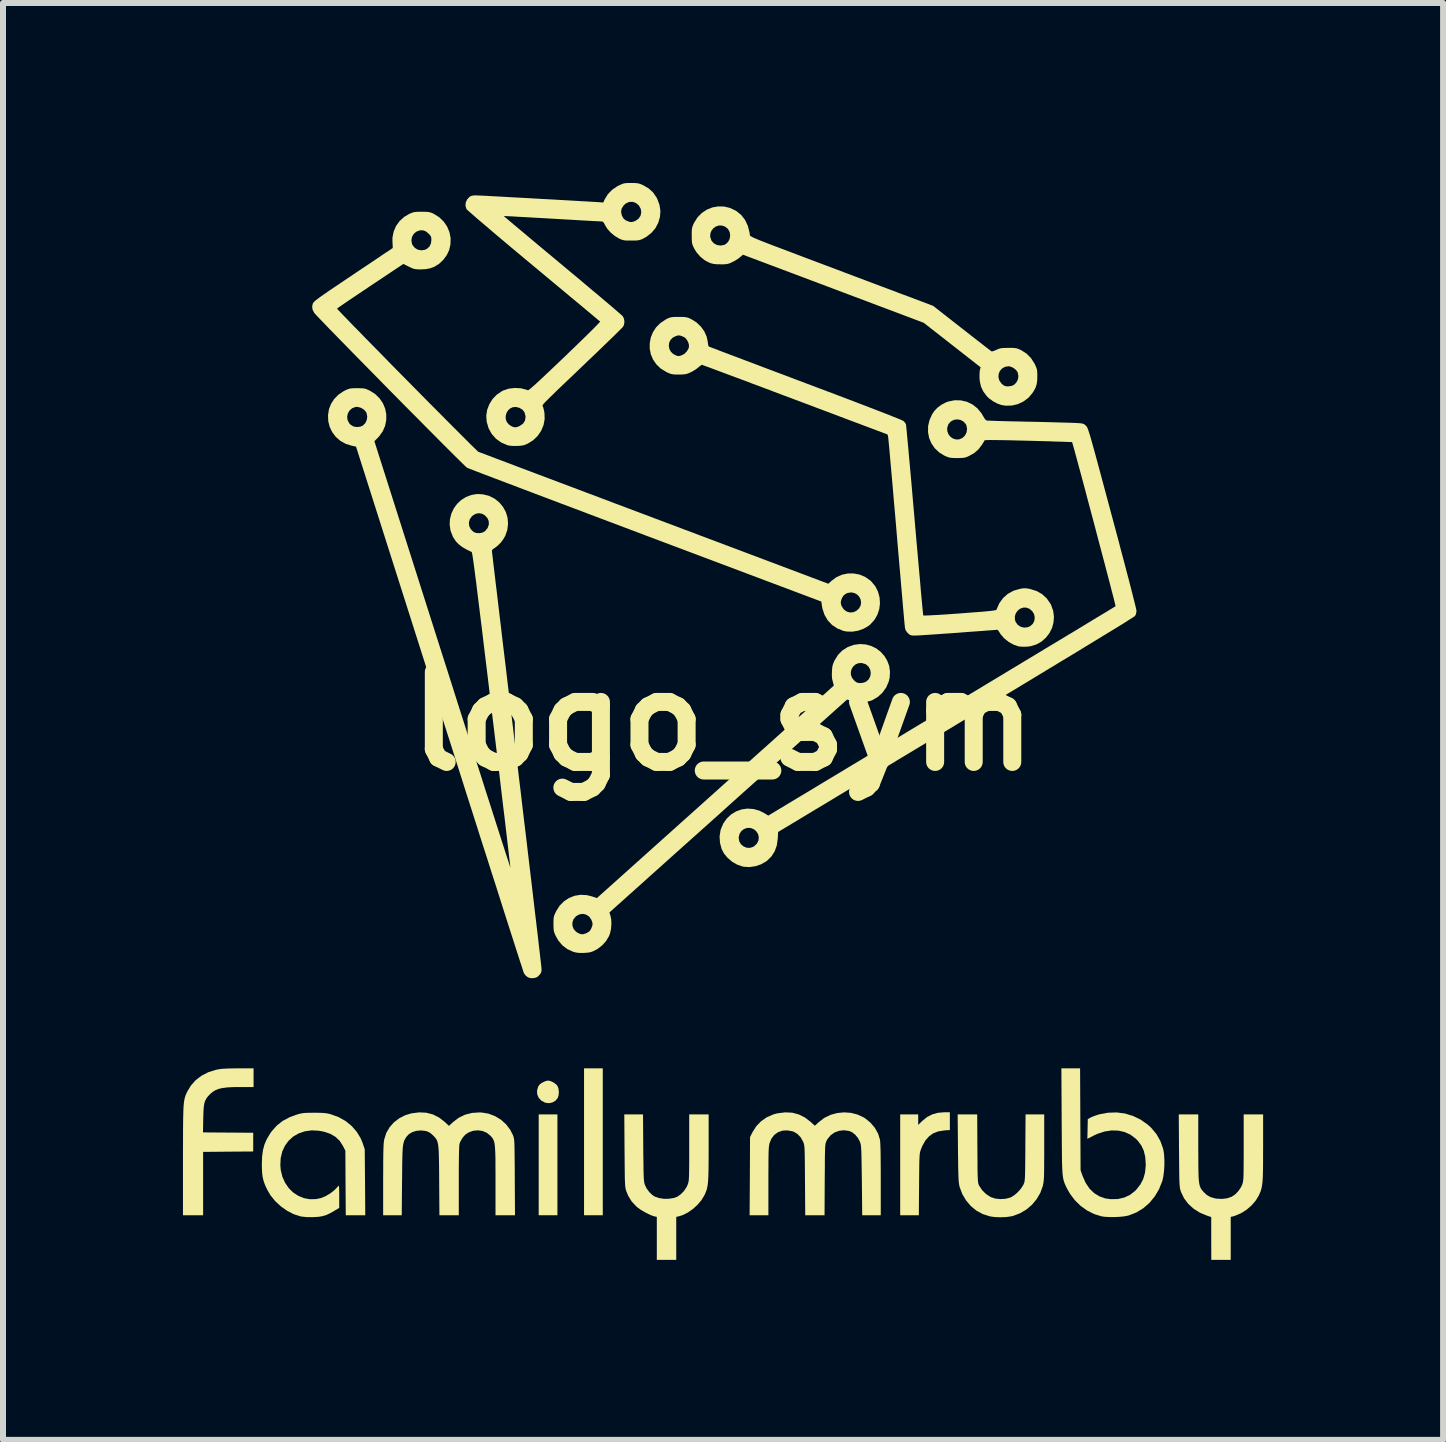
<source format=kicad_pcb>
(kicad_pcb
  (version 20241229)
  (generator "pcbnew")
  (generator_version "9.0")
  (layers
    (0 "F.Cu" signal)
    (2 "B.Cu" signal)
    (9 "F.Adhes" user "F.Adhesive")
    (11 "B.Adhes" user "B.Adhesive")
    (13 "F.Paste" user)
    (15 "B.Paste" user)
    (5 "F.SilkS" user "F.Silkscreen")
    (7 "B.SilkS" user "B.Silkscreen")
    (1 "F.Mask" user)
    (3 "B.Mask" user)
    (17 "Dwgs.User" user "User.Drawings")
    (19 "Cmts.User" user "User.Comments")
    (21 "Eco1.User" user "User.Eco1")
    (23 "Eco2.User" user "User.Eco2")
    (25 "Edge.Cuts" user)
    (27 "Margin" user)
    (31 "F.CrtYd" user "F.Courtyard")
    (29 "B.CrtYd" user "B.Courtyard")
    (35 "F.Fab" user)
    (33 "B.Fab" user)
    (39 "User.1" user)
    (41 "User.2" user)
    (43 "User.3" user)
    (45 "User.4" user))
  (footprint "logo_sym"
    (layer "F.Cu")
    (at 9.003 8.973)
    (property "Reference" "logo_sym" (at 0 0 0) (layer "F.SilkS") (effects (font (size 1.5 1.5) (thickness 0.3))))
    (attr board_only exclude_from_pos_files exclude_from_bom)
    (fp_poly (pts (xy -2.761 7.394) (xy -2.761 8.235) (xy -2.917 8.235) (xy -3.073 8.235) (xy -3.073 7.394) (xy -3.073 6.554) (xy -2.917 6.554) (xy -2.761 6.554)) (stroke (width 0) (type solid)) (fill yes) (layer "F.SilkS"))
    (fp_poly (pts (xy -2.005 7.01) (xy -2.005 8.235) (xy -2.161 8.235) (xy -2.317 8.235) (xy -2.317 7.01) (xy -2.317 5.786) (xy -2.161 5.786) (xy -2.005 5.786)) (stroke (width 0) (type solid)) (fill yes) (layer "F.SilkS"))
    (fp_poly (pts (xy -2.876 5.998) (xy -2.829 6.02) (xy -2.787 6.049) (xy -2.76 6.079) (xy -2.744 6.122) (xy -2.737 6.177) (xy -2.741 6.233) (xy -2.755 6.278) (xy -2.791 6.324) (xy -2.842 6.354) (xy -2.901 6.367) (xy -2.962 6.359) (xy -2.97 6.356) (xy -3.03 6.324) (xy -3.073 6.277) (xy -3.097 6.221) (xy -3.101 6.16) (xy -3.084 6.097) (xy -3.068 6.068) (xy -3.043 6.043) (xy -3.004 6.019) (xy -2.961 6) (xy -2.923 5.99) (xy -2.917 5.99)) (stroke (width 0) (type solid)) (fill yes) (layer "F.SilkS"))
    (fp_poly (pts (xy 3.781 6.666) (xy 3.781 6.815) (xy 3.687 6.821) (xy 3.588 6.837) (xy 3.504 6.869) (xy 3.433 6.92) (xy 3.372 6.99) (xy 3.321 7.082) (xy 3.299 7.137) (xy 3.292 7.155) (xy 3.287 7.173) (xy 3.282 7.194) (xy 3.279 7.219) (xy 3.276 7.252) (xy 3.274 7.294) (xy 3.272 7.348) (xy 3.271 7.417) (xy 3.27 7.503) (xy 3.269 7.609) (xy 3.268 7.721) (xy 3.264 8.235) (xy 3.108 8.235) (xy 2.953 8.235) (xy 2.953 7.394) (xy 2.953 6.554) (xy 3.103 6.554) (xy 3.253 6.554) (xy 3.253 6.642) (xy 3.253 6.729) (xy 3.322 6.662) (xy 3.401 6.598) (xy 3.486 6.554) (xy 3.582 6.527) (xy 3.693 6.518) (xy 3.704 6.518) (xy 3.781 6.518)) (stroke (width 0) (type solid)) (fill yes) (layer "F.SilkS"))
    (fp_poly (pts (xy -7.826 5.942) (xy -7.826 6.098) (xy -8.054 6.098) (xy -8.169 6.099) (xy -8.265 6.104) (xy -8.342 6.114) (xy -8.406 6.128) (xy -8.459 6.149) (xy -8.505 6.177) (xy -8.547 6.212) (xy -8.561 6.226) (xy -8.593 6.261) (xy -8.617 6.295) (xy -8.635 6.332) (xy -8.648 6.376) (xy -8.656 6.431) (xy -8.661 6.501) (xy -8.664 6.589) (xy -8.665 6.623) (xy -8.669 6.854) (xy -8.251 6.857) (xy -7.832 6.86) (xy -7.832 7.016) (xy -7.832 7.172) (xy -8.25 7.175) (xy -8.667 7.179) (xy -8.667 7.707) (xy -8.667 8.235) (xy -8.835 8.235) (xy -9.003 8.235) (xy -9.003 7.325) (xy -9.003 7.147) (xy -9.002 6.991) (xy -9.002 6.856) (xy -9.001 6.739) (xy -9 6.639) (xy -8.998 6.555) (xy -8.996 6.484) (xy -8.993 6.425) (xy -8.989 6.376) (xy -8.984 6.335) (xy -8.978 6.301) (xy -8.971 6.272) (xy -8.963 6.246) (xy -8.953 6.221) (xy -8.941 6.195) (xy -8.933 6.177) (xy -8.87 6.072) (xy -8.79 5.982) (xy -8.692 5.908) (xy -8.579 5.85) (xy -8.45 5.81) (xy -8.385 5.798) (xy -8.35 5.794) (xy -8.296 5.791) (xy -8.229 5.788) (xy -8.153 5.787) (xy -8.074 5.786) (xy -8.07 5.786) (xy -7.826 5.786)) (stroke (width 0) (type solid)) (fill yes) (layer "F.SilkS"))
    (fp_poly (pts (xy 4.24 7.121) (xy 4.241 7.253) (xy 4.242 7.362) (xy 4.242 7.452) (xy 4.243 7.525) (xy 4.245 7.582) (xy 4.247 7.627) (xy 4.249 7.66) (xy 4.252 7.686) (xy 4.255 7.705) (xy 4.26 7.72) (xy 4.265 7.733) (xy 4.271 7.745) (xy 4.318 7.816) (xy 4.381 7.879) (xy 4.455 7.928) (xy 4.465 7.933) (xy 4.538 7.957) (xy 4.621 7.966) (xy 4.706 7.961) (xy 4.782 7.942) (xy 4.798 7.936) (xy 4.854 7.902) (xy 4.912 7.852) (xy 4.964 7.794) (xy 5.003 7.734) (xy 5.009 7.721) (xy 5.015 7.707) (xy 5.021 7.693) (xy 5.025 7.676) (xy 5.028 7.654) (xy 5.031 7.625) (xy 5.033 7.587) (xy 5.035 7.537) (xy 5.036 7.473) (xy 5.037 7.393) (xy 5.038 7.295) (xy 5.039 7.176) (xy 5.039 7.109) (xy 5.043 6.554) (xy 5.198 6.554) (xy 5.354 6.554) (xy 5.354 7.104) (xy 5.354 7.235) (xy 5.353 7.344) (xy 5.353 7.434) (xy 5.352 7.507) (xy 5.351 7.565) (xy 5.349 7.612) (xy 5.346 7.65) (xy 5.343 7.68) (xy 5.339 7.706) (xy 5.334 7.73) (xy 5.33 7.749) (xy 5.289 7.862) (xy 5.227 7.967) (xy 5.149 8.061) (xy 5.056 8.14) (xy 4.951 8.202) (xy 4.838 8.245) (xy 4.805 8.253) (xy 4.72 8.265) (xy 4.625 8.269) (xy 4.529 8.265) (xy 4.445 8.253) (xy 4.444 8.252) (xy 4.329 8.215) (xy 4.224 8.158) (xy 4.131 8.082) (xy 4.052 7.989) (xy 3.989 7.883) (xy 3.944 7.764) (xy 3.942 7.754) (xy 3.937 7.732) (xy 3.933 7.707) (xy 3.929 7.674) (xy 3.926 7.634) (xy 3.924 7.582) (xy 3.922 7.517) (xy 3.92 7.436) (xy 3.919 7.338) (xy 3.917 7.22) (xy 3.916 7.115) (xy 3.911 6.554) (xy 4.074 6.554) (xy 4.237 6.554)) (stroke (width 0) (type solid)) (fill yes) (layer "F.SilkS"))
    (fp_poly (pts (xy -1.33 7.109) (xy -1.329 7.241) (xy -1.327 7.35) (xy -1.326 7.441) (xy -1.325 7.514) (xy -1.323 7.572) (xy -1.321 7.618) (xy -1.318 7.653) (xy -1.315 7.68) (xy -1.311 7.701) (xy -1.306 7.719) (xy -1.303 7.728) (xy -1.273 7.79) (xy -1.229 7.849) (xy -1.178 7.898) (xy -1.14 7.923) (xy -1.069 7.948) (xy -0.986 7.961) (xy -0.9 7.96) (xy -0.819 7.947) (xy -0.761 7.925) (xy -0.703 7.884) (xy -0.649 7.828) (xy -0.606 7.762) (xy -0.59 7.726) (xy -0.584 7.709) (xy -0.579 7.692) (xy -0.575 7.673) (xy -0.571 7.649) (xy -0.569 7.617) (xy -0.567 7.577) (xy -0.566 7.524) (xy -0.565 7.458) (xy -0.564 7.375) (xy -0.564 7.274) (xy -0.564 7.152) (xy -0.564 7.106) (xy -0.564 6.554) (xy -0.402 6.554) (xy -0.24 6.554) (xy -0.24 7.109) (xy -0.24 7.252) (xy -0.241 7.372) (xy -0.242 7.474) (xy -0.244 7.558) (xy -0.247 7.628) (xy -0.251 7.686) (xy -0.257 7.734) (xy -0.264 7.774) (xy -0.273 7.81) (xy -0.285 7.842) (xy -0.298 7.875) (xy -0.314 7.908) (xy -0.362 7.986) (xy -0.427 8.062) (xy -0.503 8.131) (xy -0.586 8.189) (xy -0.671 8.232) (xy -0.742 8.254) (xy -0.78 8.262) (xy -0.78 8.62) (xy -0.78 8.979) (xy -0.942 8.979) (xy -1.104 8.979) (xy -1.104 8.62) (xy -1.104 8.262) (xy -1.143 8.254) (xy -1.19 8.239) (xy -1.247 8.214) (xy -1.31 8.18) (xy -1.372 8.144) (xy -1.424 8.106) (xy -1.443 8.091) (xy -1.524 8.004) (xy -1.584 7.905) (xy -1.612 7.835) (xy -1.618 7.818) (xy -1.623 7.799) (xy -1.627 7.778) (xy -1.63 7.752) (xy -1.633 7.72) (xy -1.635 7.677) (xy -1.637 7.624) (xy -1.638 7.556) (xy -1.639 7.473) (xy -1.64 7.372) (xy -1.641 7.25) (xy -1.642 7.157) (xy -1.646 6.554) (xy -1.49 6.554) (xy -1.334 6.554)) (stroke (width 0) (type solid)) (fill yes) (layer "F.SilkS"))
    (fp_poly (pts (xy 7.922 7.111) (xy 7.923 7.251) (xy 7.923 7.369) (xy 7.924 7.467) (xy 7.926 7.548) (xy 7.928 7.614) (xy 7.933 7.667) (xy 7.939 7.709) (xy 7.946 7.742) (xy 7.956 7.77) (xy 7.968 7.793) (xy 7.983 7.814) (xy 8.001 7.835) (xy 8.01 7.846) (xy 8.063 7.896) (xy 8.123 7.931) (xy 8.196 7.953) (xy 8.225 7.958) (xy 8.314 7.963) (xy 8.401 7.953) (xy 8.478 7.927) (xy 8.483 7.924) (xy 8.54 7.885) (xy 8.593 7.829) (xy 8.636 7.764) (xy 8.653 7.726) (xy 8.659 7.709) (xy 8.664 7.692) (xy 8.668 7.673) (xy 8.671 7.649) (xy 8.674 7.617) (xy 8.676 7.577) (xy 8.677 7.524) (xy 8.678 7.458) (xy 8.678 7.375) (xy 8.679 7.274) (xy 8.679 7.152) (xy 8.679 7.106) (xy 8.679 6.554) (xy 8.841 6.554) (xy 9.003 6.554) (xy 9.003 7.109) (xy 9.002 7.251) (xy 9.002 7.372) (xy 9.001 7.473) (xy 8.999 7.557) (xy 8.996 7.627) (xy 8.992 7.684) (xy 8.986 7.732) (xy 8.979 7.773) (xy 8.97 7.808) (xy 8.959 7.841) (xy 8.945 7.874) (xy 8.93 7.907) (xy 8.88 7.99) (xy 8.812 8.069) (xy 8.732 8.139) (xy 8.647 8.194) (xy 8.63 8.203) (xy 8.582 8.224) (xy 8.538 8.242) (xy 8.506 8.253) (xy 8.501 8.254) (xy 8.463 8.262) (xy 8.463 8.62) (xy 8.463 8.979) (xy 8.301 8.979) (xy 8.139 8.979) (xy 8.138 8.622) (xy 8.138 8.265) (xy 8.069 8.242) (xy 7.95 8.193) (xy 7.845 8.127) (xy 7.757 8.047) (xy 7.686 7.954) (xy 7.635 7.849) (xy 7.631 7.835) (xy 7.625 7.818) (xy 7.62 7.799) (xy 7.616 7.778) (xy 7.613 7.752) (xy 7.61 7.719) (xy 7.608 7.676) (xy 7.606 7.622) (xy 7.605 7.555) (xy 7.604 7.471) (xy 7.603 7.369) (xy 7.602 7.247) (xy 7.601 7.157) (xy 7.597 6.554) (xy 7.76 6.554) (xy 7.922 6.554)) (stroke (width 0) (type solid)) (fill yes) (layer "F.SilkS"))
    (fp_poly (pts (xy -6.739 6.527) (xy -6.678 6.529) (xy -6.629 6.533) (xy -6.586 6.54) (xy -6.543 6.55) (xy -6.538 6.552) (xy -6.409 6.599) (xy -6.293 6.664) (xy -6.192 6.746) (xy -6.107 6.843) (xy -6.04 6.953) (xy -6.005 7.039) (xy -5.973 7.136) (xy -5.968 7.685) (xy -5.964 8.235) (xy -6.127 8.235) (xy -6.289 8.235) (xy -6.293 7.696) (xy -6.296 7.158) (xy -6.338 7.076) (xy -6.392 6.993) (xy -6.462 6.927) (xy -6.549 6.877) (xy -6.654 6.842) (xy -6.738 6.826) (xy -6.86 6.82) (xy -6.973 6.836) (xy -7.075 6.871) (xy -7.165 6.923) (xy -7.242 6.993) (xy -7.303 7.076) (xy -7.348 7.173) (xy -7.374 7.282) (xy -7.38 7.4) (xy -7.373 7.481) (xy -7.346 7.593) (xy -7.301 7.693) (xy -7.241 7.781) (xy -7.168 7.854) (xy -7.083 7.91) (xy -6.99 7.949) (xy -6.89 7.968) (xy -6.787 7.966) (xy -6.701 7.948) (xy -6.626 7.917) (xy -6.549 7.872) (xy -6.481 7.819) (xy -6.444 7.781) (xy -6.422 7.757) (xy -6.407 7.744) (xy -6.405 7.742) (xy -6.402 7.754) (xy -6.4 7.785) (xy -6.399 7.832) (xy -6.398 7.891) (xy -6.398 7.927) (xy -6.398 8.112) (xy -6.481 8.162) (xy -6.554 8.203) (xy -6.616 8.232) (xy -6.677 8.25) (xy -6.743 8.261) (xy -6.824 8.266) (xy -6.83 8.266) (xy -6.938 8.266) (xy -7.023 8.257) (xy -7.046 8.253) (xy -7.158 8.217) (xy -7.267 8.16) (xy -7.371 8.087) (xy -7.465 8) (xy -7.544 7.902) (xy -7.596 7.814) (xy -7.631 7.74) (xy -7.656 7.673) (xy -7.673 7.607) (xy -7.683 7.536) (xy -7.687 7.453) (xy -7.688 7.382) (xy -7.684 7.257) (xy -7.669 7.148) (xy -7.643 7.051) (xy -7.603 6.961) (xy -7.549 6.871) (xy -7.522 6.834) (xy -7.439 6.74) (xy -7.34 6.662) (xy -7.224 6.6) (xy -7.112 6.559) (xy -7.067 6.546) (xy -7.028 6.537) (xy -6.989 6.531) (xy -6.944 6.528) (xy -6.885 6.527) (xy -6.818 6.526)) (stroke (width 0) (type solid)) (fill yes) (layer "F.SilkS"))
    (fp_poly (pts (xy 5.956 6.635) (xy 5.96 7.484) (xy 5.993 7.579) (xy 6.044 7.694) (xy 6.108 7.79) (xy 6.185 7.865) (xy 6.274 7.92) (xy 6.374 7.955) (xy 6.463 7.967) (xy 6.581 7.965) (xy 6.689 7.94) (xy 6.785 7.895) (xy 6.87 7.828) (xy 6.886 7.812) (xy 6.955 7.725) (xy 7.004 7.632) (xy 7.034 7.527) (xy 7.046 7.41) (xy 7.046 7.381) (xy 7.038 7.263) (xy 7.014 7.161) (xy 6.972 7.071) (xy 6.912 6.991) (xy 6.879 6.958) (xy 6.792 6.892) (xy 6.695 6.848) (xy 6.589 6.824) (xy 6.477 6.821) (xy 6.36 6.839) (xy 6.241 6.878) (xy 6.179 6.907) (xy 6.073 6.961) (xy 6.077 6.797) (xy 6.08 6.633) (xy 6.128 6.606) (xy 6.163 6.59) (xy 6.212 6.572) (xy 6.264 6.555) (xy 6.272 6.553) (xy 6.417 6.526) (xy 6.56 6.521) (xy 6.7 6.539) (xy 6.835 6.58) (xy 6.961 6.641) (xy 7.078 6.723) (xy 7.138 6.778) (xy 7.224 6.881) (xy 7.29 6.997) (xy 7.335 7.123) (xy 7.341 7.149) (xy 7.352 7.222) (xy 7.357 7.31) (xy 7.357 7.405) (xy 7.351 7.499) (xy 7.34 7.585) (xy 7.325 7.656) (xy 7.322 7.664) (xy 7.268 7.801) (xy 7.196 7.922) (xy 7.109 8.028) (xy 7.007 8.117) (xy 6.893 8.187) (xy 6.769 8.236) (xy 6.752 8.241) (xy 6.691 8.253) (xy 6.614 8.261) (xy 6.529 8.265) (xy 6.444 8.265) (xy 6.366 8.261) (xy 6.309 8.253) (xy 6.186 8.215) (xy 6.069 8.156) (xy 5.961 8.079) (xy 5.864 7.984) (xy 5.783 7.876) (xy 5.732 7.786) (xy 5.717 7.755) (xy 5.704 7.727) (xy 5.693 7.7) (xy 5.683 7.673) (xy 5.675 7.643) (xy 5.668 7.609) (xy 5.663 7.569) (xy 5.658 7.522) (xy 5.655 7.464) (xy 5.652 7.395) (xy 5.65 7.313) (xy 5.649 7.216) (xy 5.648 7.101) (xy 5.647 6.968) (xy 5.646 6.815) (xy 5.645 6.665) (xy 5.64 5.786) (xy 5.796 5.786) (xy 5.952 5.786)) (stroke (width 0) (type solid)) (fill yes) (layer "F.SilkS"))
    (fp_poly (pts (xy 1.151 6.525) (xy 1.261 6.554) (xy 1.364 6.605) (xy 1.46 6.678) (xy 1.464 6.682) (xy 1.53 6.743) (xy 1.599 6.68) (xy 1.69 6.611) (xy 1.793 6.561) (xy 1.903 6.531) (xy 2.017 6.52) (xy 2.132 6.528) (xy 2.243 6.557) (xy 2.348 6.606) (xy 2.371 6.621) (xy 2.458 6.692) (xy 2.53 6.777) (xy 2.584 6.873) (xy 2.615 6.972) (xy 2.619 7.002) (xy 2.622 7.056) (xy 2.625 7.134) (xy 2.627 7.235) (xy 2.628 7.359) (xy 2.629 7.505) (xy 2.629 7.635) (xy 2.629 8.235) (xy 2.475 8.235) (xy 2.32 8.235) (xy 2.314 7.655) (xy 2.312 7.522) (xy 2.31 7.41) (xy 2.309 7.318) (xy 2.307 7.243) (xy 2.306 7.184) (xy 2.303 7.137) (xy 2.301 7.1) (xy 2.298 7.072) (xy 2.294 7.05) (xy 2.289 7.032) (xy 2.284 7.015) (xy 2.281 7.008) (xy 2.249 6.947) (xy 2.204 6.893) (xy 2.151 6.851) (xy 2.105 6.831) (xy 2.019 6.818) (xy 1.936 6.827) (xy 1.859 6.855) (xy 1.793 6.902) (xy 1.741 6.965) (xy 1.724 6.997) (xy 1.718 7.011) (xy 1.713 7.025) (xy 1.709 7.041) (xy 1.706 7.063) (xy 1.703 7.092) (xy 1.701 7.131) (xy 1.7 7.181) (xy 1.698 7.245) (xy 1.697 7.324) (xy 1.697 7.422) (xy 1.696 7.54) (xy 1.695 7.643) (xy 1.692 8.235) (xy 1.531 8.235) (xy 1.37 8.235) (xy 1.366 7.655) (xy 1.365 7.522) (xy 1.364 7.411) (xy 1.363 7.32) (xy 1.362 7.245) (xy 1.361 7.186) (xy 1.359 7.14) (xy 1.357 7.104) (xy 1.354 7.076) (xy 1.35 7.055) (xy 1.346 7.038) (xy 1.34 7.022) (xy 1.335 7.01) (xy 1.296 6.939) (xy 1.243 6.882) (xy 1.181 6.844) (xy 1.158 6.836) (xy 1.071 6.82) (xy 0.989 6.825) (xy 0.916 6.851) (xy 0.855 6.895) (xy 0.807 6.957) (xy 0.78 7.02) (xy 0.774 7.039) (xy 0.77 7.059) (xy 0.766 7.082) (xy 0.763 7.111) (xy 0.761 7.147) (xy 0.759 7.193) (xy 0.758 7.252) (xy 0.757 7.325) (xy 0.757 7.416) (xy 0.756 7.525) (xy 0.756 7.656) (xy 0.756 7.666) (xy 0.756 8.235) (xy 0.6 8.235) (xy 0.443 8.235) (xy 0.447 7.583) (xy 0.45 6.932) (xy 0.491 6.85) (xy 0.554 6.751) (xy 0.634 6.668) (xy 0.729 6.602) (xy 0.838 6.554) (xy 0.906 6.536) (xy 1.033 6.52)) (stroke (width 0) (type solid)) (fill yes) (layer "F.SilkS"))
    (fp_poly (pts (xy -4.946 6.526) (xy -4.835 6.555) (xy -4.732 6.607) (xy -4.638 6.68) (xy -4.569 6.745) (xy -4.5 6.681) (xy -4.405 6.609) (xy -4.299 6.558) (xy -4.183 6.529) (xy -4.059 6.521) (xy -4.027 6.522) (xy -3.911 6.541) (xy -3.802 6.582) (xy -3.704 6.641) (xy -3.618 6.718) (xy -3.548 6.81) (xy -3.503 6.898) (xy -3.497 6.914) (xy -3.492 6.929) (xy -3.488 6.946) (xy -3.484 6.967) (xy -3.481 6.993) (xy -3.479 7.028) (xy -3.477 7.073) (xy -3.476 7.13) (xy -3.475 7.201) (xy -3.474 7.289) (xy -3.473 7.395) (xy -3.472 7.522) (xy -3.472 7.601) (xy -3.468 8.235) (xy -3.63 8.235) (xy -3.793 8.235) (xy -3.793 7.661) (xy -3.793 7.518) (xy -3.794 7.397) (xy -3.794 7.296) (xy -3.796 7.213) (xy -3.799 7.145) (xy -3.803 7.09) (xy -3.808 7.046) (xy -3.815 7.012) (xy -3.825 6.984) (xy -3.836 6.961) (xy -3.85 6.941) (xy -3.867 6.921) (xy -3.879 6.908) (xy -3.939 6.86) (xy -4.01 6.83) (xy -4.089 6.819) (xy -4.17 6.828) (xy -4.247 6.857) (xy -4.299 6.894) (xy -4.345 6.947) (xy -4.38 7.009) (xy -4.393 7.044) (xy -4.396 7.067) (xy -4.399 7.113) (xy -4.401 7.179) (xy -4.403 7.265) (xy -4.404 7.37) (xy -4.405 7.49) (xy -4.405 7.626) (xy -4.405 7.661) (xy -4.405 8.235) (xy -4.567 8.235) (xy -4.728 8.235) (xy -4.732 7.655) (xy -4.733 7.514) (xy -4.734 7.394) (xy -4.736 7.294) (xy -4.738 7.211) (xy -4.741 7.144) (xy -4.746 7.09) (xy -4.752 7.047) (xy -4.76 7.013) (xy -4.77 6.985) (xy -4.783 6.963) (xy -4.798 6.942) (xy -4.817 6.922) (xy -4.837 6.901) (xy -4.88 6.864) (xy -4.92 6.842) (xy -4.957 6.83) (xy -5.035 6.821) (xy -5.112 6.828) (xy -5.182 6.85) (xy -5.24 6.886) (xy -5.277 6.926) (xy -5.292 6.95) (xy -5.305 6.972) (xy -5.316 6.995) (xy -5.324 7.021) (xy -5.331 7.053) (xy -5.337 7.092) (xy -5.341 7.141) (xy -5.344 7.203) (xy -5.346 7.278) (xy -5.348 7.37) (xy -5.349 7.482) (xy -5.35 7.614) (xy -5.351 7.661) (xy -5.356 8.235) (xy -5.511 8.235) (xy -5.666 8.235) (xy -5.666 7.643) (xy -5.665 7.5) (xy -5.665 7.378) (xy -5.664 7.277) (xy -5.663 7.193) (xy -5.661 7.125) (xy -5.659 7.071) (xy -5.656 7.029) (xy -5.652 6.996) (xy -5.648 6.972) (xy -5.648 6.971) (xy -5.614 6.864) (xy -5.559 6.769) (xy -5.486 6.686) (xy -5.397 6.618) (xy -5.294 6.566) (xy -5.192 6.536) (xy -5.065 6.52)) (stroke (width 0) (type solid)) (fill yes) (layer "F.SilkS"))
    (fp_poly (pts (xy 2.379 -1.28) (xy 2.47 -1.255) (xy 2.554 -1.214) (xy 2.627 -1.158) (xy 2.689 -1.089) (xy 2.737 -1.009) (xy 2.77 -0.921) (xy 2.783 -0.825) (xy 2.777 -0.725) (xy 2.761 -0.658) (xy 2.719 -0.562) (xy 2.658 -0.477) (xy 2.581 -0.406) (xy 2.491 -0.353) (xy 2.461 -0.341) (xy 2.402 -0.326) (xy 2.33 -0.32) (xy 2.253 -0.321) (xy 2.181 -0.329) (xy 2.135 -0.34) (xy 2.068 -0.362) (xy 0.088 1.411) (xy -0.098 1.579) (xy -0.28 1.742) (xy -0.457 1.9) (xy -0.627 2.052) (xy -0.79 2.198) (xy -0.945 2.337) (xy -1.091 2.468) (xy -1.228 2.59) (xy -1.354 2.704) (xy -1.469 2.807) (xy -1.572 2.899) (xy -1.662 2.98) (xy -1.738 3.048) (xy -1.801 3.104) (xy -1.847 3.146) (xy -1.878 3.173) (xy -1.892 3.186) (xy -1.893 3.186) (xy -1.891 3.197) (xy -1.883 3.224) (xy -1.877 3.241) (xy -1.864 3.303) (xy -1.861 3.377) (xy -1.867 3.456) (xy -1.882 3.53) (xy -1.9 3.58) (xy -1.948 3.661) (xy -2.014 3.735) (xy -2.091 3.795) (xy -2.136 3.82) (xy -2.18 3.84) (xy -2.219 3.852) (xy -2.263 3.858) (xy -2.321 3.862) (xy -2.323 3.862) (xy -2.392 3.862) (xy -2.447 3.856) (xy -2.496 3.844) (xy -2.498 3.843) (xy -2.595 3.799) (xy -2.678 3.736) (xy -2.747 3.654) (xy -2.79 3.578) (xy -2.807 3.539) (xy -2.818 3.506) (xy -2.824 3.471) (xy -2.826 3.427) (xy -2.827 3.378) (xy -2.827 3.357) (xy -2.512 3.357) (xy -2.51 3.413) (xy -2.489 3.465) (xy -2.451 3.509) (xy -2.407 3.536) (xy -2.367 3.55) (xy -2.33 3.55) (xy -2.286 3.536) (xy -2.271 3.529) (xy -2.231 3.505) (xy -2.204 3.47) (xy -2.197 3.454) (xy -2.179 3.409) (xy -2.175 3.373) (xy -2.184 3.336) (xy -2.197 3.306) (xy -2.233 3.255) (xy -2.281 3.224) (xy -2.336 3.211) (xy -2.393 3.219) (xy -2.447 3.248) (xy -2.456 3.256) (xy -2.494 3.303) (xy -2.512 3.357) (xy -2.827 3.357) (xy -2.826 3.322) (xy -2.824 3.281) (xy -2.817 3.248) (xy -2.805 3.215) (xy -2.785 3.174) (xy -2.782 3.167) (xy -2.725 3.076) (xy -2.652 3.002) (xy -2.567 2.946) (xy -2.473 2.909) (xy -2.373 2.893) (xy -2.269 2.899) (xy -2.189 2.919) (xy -2.103 2.948) (xy -0.132 1.181) (xy 0.054 1.014) (xy 0.236 0.851) (xy 0.412 0.693) (xy 0.582 0.54) (xy 0.745 0.395) (xy 0.899 0.256) (xy 1.045 0.125) (xy 1.181 0.003) (xy 1.307 -0.11) (xy 1.422 -0.213) (xy 1.525 -0.305) (xy 1.615 -0.386) (xy 1.691 -0.454) (xy 1.753 -0.51) (xy 1.799 -0.552) (xy 1.83 -0.579) (xy 1.844 -0.591) (xy 1.844 -0.592) (xy 1.844 -0.605) (xy 1.837 -0.634) (xy 1.83 -0.659) (xy 1.818 -0.706) (xy 1.814 -0.76) (xy 1.815 -0.823) (xy 2.13 -0.823) (xy 2.132 -0.77) (xy 2.153 -0.719) (xy 2.192 -0.673) (xy 2.226 -0.648) (xy 2.26 -0.638) (xy 2.29 -0.636) (xy 2.346 -0.644) (xy 2.385 -0.66) (xy 2.428 -0.698) (xy 2.454 -0.748) (xy 2.462 -0.802) (xy 2.454 -0.857) (xy 2.429 -0.906) (xy 2.388 -0.944) (xy 2.372 -0.953) (xy 2.312 -0.971) (xy 2.258 -0.968) (xy 2.21 -0.948) (xy 2.171 -0.915) (xy 2.144 -0.872) (xy 2.13 -0.823) (xy 1.815 -0.823) (xy 1.815 -0.827) (xy 1.819 -0.885) (xy 1.826 -0.93) (xy 1.84 -0.971) (xy 1.86 -1.015) (xy 1.917 -1.107) (xy 1.989 -1.18) (xy 2.077 -1.236) (xy 2.084 -1.239) (xy 2.184 -1.274) (xy 2.284 -1.287)) (stroke (width 0) (type solid)) (fill yes) (layer "F.SilkS"))
    (fp_poly (pts (xy 0.019 -8.58) (xy 0.118 -8.556) (xy 0.214 -8.51) (xy 0.222 -8.505) (xy 0.303 -8.439) (xy 0.367 -8.357) (xy 0.413 -8.259) (xy 0.442 -8.146) (xy 0.447 -8.103) (xy 0.449 -8.098) (xy 0.453 -8.092) (xy 0.462 -8.085) (xy 0.477 -8.077) (xy 0.498 -8.066) (xy 0.528 -8.052) (xy 0.567 -8.036) (xy 0.617 -8.015) (xy 0.679 -7.991) (xy 0.755 -7.961) (xy 0.846 -7.926) (xy 0.952 -7.886) (xy 1.076 -7.839) (xy 1.219 -7.785) (xy 1.382 -7.723) (xy 1.542 -7.663) (xy 1.709 -7.6) (xy 1.877 -7.537) (xy 2.045 -7.473) (xy 2.21 -7.411) (xy 2.369 -7.351) (xy 2.52 -7.294) (xy 2.661 -7.241) (xy 2.79 -7.193) (xy 2.902 -7.15) (xy 2.998 -7.114) (xy 3.069 -7.088) (xy 3.503 -6.924) (xy 3.983 -6.548) (xy 4.077 -6.475) (xy 4.165 -6.406) (xy 4.246 -6.343) (xy 4.317 -6.288) (xy 4.377 -6.241) (xy 4.425 -6.204) (xy 4.458 -6.179) (xy 4.474 -6.166) (xy 4.475 -6.165) (xy 4.491 -6.166) (xy 4.522 -6.176) (xy 4.557 -6.191) (xy 4.591 -6.206) (xy 4.622 -6.216) (xy 4.656 -6.221) (xy 4.7 -6.223) (xy 4.76 -6.224) (xy 4.819 -6.224) (xy 4.862 -6.221) (xy 4.895 -6.216) (xy 4.924 -6.206) (xy 4.958 -6.191) (xy 4.971 -6.185) (xy 5.059 -6.129) (xy 5.134 -6.053) (xy 5.193 -5.961) (xy 5.201 -5.945) (xy 5.22 -5.901) (xy 5.232 -5.865) (xy 5.237 -5.827) (xy 5.239 -5.776) (xy 5.239 -5.756) (xy 5.237 -5.677) (xy 5.227 -5.614) (xy 5.208 -5.557) (xy 5.176 -5.499) (xy 5.158 -5.472) (xy 5.092 -5.393) (xy 5.01 -5.332) (xy 4.918 -5.288) (xy 4.818 -5.263) (xy 4.715 -5.26) (xy 4.641 -5.271) (xy 4.574 -5.295) (xy 4.503 -5.333) (xy 4.438 -5.379) (xy 4.399 -5.416) (xy 4.339 -5.496) (xy 4.3 -5.578) (xy 4.28 -5.669) (xy 4.276 -5.714) (xy 4.275 -5.736) (xy 4.591 -5.736) (xy 4.605 -5.682) (xy 4.639 -5.632) (xy 4.653 -5.618) (xy 4.686 -5.594) (xy 4.721 -5.583) (xy 4.751 -5.582) (xy 4.806 -5.589) (xy 4.846 -5.605) (xy 4.888 -5.644) (xy 4.915 -5.696) (xy 4.924 -5.753) (xy 4.913 -5.81) (xy 4.902 -5.833) (xy 4.872 -5.867) (xy 4.83 -5.896) (xy 4.785 -5.914) (xy 4.76 -5.918) (xy 4.7 -5.908) (xy 4.651 -5.88) (xy 4.615 -5.84) (xy 4.595 -5.79) (xy 4.591 -5.736) (xy 4.275 -5.736) (xy 4.275 -5.767) (xy 4.277 -5.816) (xy 4.281 -5.852) (xy 4.282 -5.858) (xy 4.294 -5.9) (xy 3.82 -6.271) (xy 3.345 -6.642) (xy 1.839 -7.21) (xy 0.332 -7.777) (xy 0.283 -7.735) (xy 0.246 -7.707) (xy 0.198 -7.677) (xy 0.156 -7.655) (xy 0.118 -7.637) (xy 0.087 -7.626) (xy 0.054 -7.62) (xy 0.011 -7.617) (xy -0.042 -7.617) (xy -0.106 -7.618) (xy -0.154 -7.623) (xy -0.195 -7.632) (xy -0.231 -7.645) (xy -0.306 -7.685) (xy -0.378 -7.744) (xy -0.44 -7.814) (xy -0.483 -7.884) (xy -0.5 -7.921) (xy -0.512 -7.951) (xy -0.518 -7.982) (xy -0.521 -8.021) (xy -0.522 -8.074) (xy -0.522 -8.075) (xy -0.214 -8.075) (xy -0.196 -8.019) (xy -0.184 -8) (xy -0.146 -7.961) (xy -0.094 -7.937) (xy -0.037 -7.93) (xy 0.019 -7.941) (xy 0.046 -7.954) (xy 0.086 -7.993) (xy 0.111 -8.044) (xy 0.119 -8.101) (xy 0.11 -8.156) (xy 0.083 -8.205) (xy 0.078 -8.211) (xy 0.029 -8.248) (xy -0.023 -8.264) (xy -0.074 -8.263) (xy -0.122 -8.246) (xy -0.163 -8.216) (xy -0.194 -8.176) (xy -0.212 -8.128) (xy -0.214 -8.075) (xy -0.522 -8.075) (xy -0.522 -8.096) (xy -0.522 -8.156) (xy -0.52 -8.199) (xy -0.514 -8.231) (xy -0.505 -8.261) (xy -0.49 -8.295) (xy -0.483 -8.309) (xy -0.426 -8.399) (xy -0.355 -8.472) (xy -0.271 -8.528) (xy -0.179 -8.565) (xy -0.082 -8.582)) (stroke (width 0) (type solid)) (fill yes) (layer "F.SilkS"))
    (fp_poly (pts (xy -6.04 -5.551) (xy -5.998 -5.549) (xy -5.965 -5.543) (xy -5.934 -5.532) (xy -5.898 -5.515) (xy -5.89 -5.512) (xy -5.8 -5.455) (xy -5.727 -5.384) (xy -5.671 -5.303) (xy -5.633 -5.213) (xy -5.614 -5.118) (xy -5.614 -5.021) (xy -5.633 -4.925) (xy -5.672 -4.834) (xy -5.733 -4.749) (xy -5.754 -4.727) (xy -5.812 -4.668) (xy -4.68 -1.11) (xy -4.589 -0.826) (xy -4.501 -0.548) (xy -4.415 -0.277) (xy -4.331 -0.014) (xy -4.25 0.24) (xy -4.171 0.485) (xy -4.097 0.72) (xy -4.025 0.943) (xy -3.958 1.155) (xy -3.894 1.353) (xy -3.835 1.538) (xy -3.781 1.708) (xy -3.731 1.863) (xy -3.687 2.001) (xy -3.648 2.122) (xy -3.615 2.225) (xy -3.588 2.308) (xy -3.567 2.372) (xy -3.553 2.416) (xy -3.546 2.437) (xy -3.545 2.44) (xy -3.546 2.427) (xy -3.55 2.392) (xy -3.556 2.335) (xy -3.566 2.257) (xy -3.577 2.16) (xy -3.591 2.044) (xy -3.606 1.912) (xy -3.624 1.762) (xy -3.643 1.598) (xy -3.665 1.419) (xy -3.688 1.228) (xy -3.712 1.024) (xy -3.737 0.81) (xy -3.764 0.586) (xy -3.792 0.353) (xy -3.821 0.113) (xy -3.851 -0.134) (xy -3.857 -0.191) (xy -3.894 -0.497) (xy -3.928 -0.781) (xy -3.96 -1.042) (xy -3.989 -1.281) (xy -4.015 -1.5) (xy -4.04 -1.699) (xy -4.062 -1.879) (xy -4.082 -2.04) (xy -4.1 -2.183) (xy -4.115 -2.31) (xy -4.13 -2.421) (xy -4.142 -2.516) (xy -4.153 -2.597) (xy -4.162 -2.664) (xy -4.17 -2.718) (xy -4.176 -2.76) (xy -4.182 -2.79) (xy -4.186 -2.81) (xy -4.189 -2.82) (xy -4.19 -2.821) (xy -4.282 -2.866) (xy -4.354 -2.909) (xy -4.411 -2.954) (xy -4.456 -3.002) (xy -4.493 -3.058) (xy -4.506 -3.082) (xy -4.543 -3.178) (xy -4.557 -3.276) (xy -4.556 -3.31) (xy -4.237 -3.31) (xy -4.231 -3.253) (xy -4.205 -3.2) (xy -4.159 -3.156) (xy -4.158 -3.155) (xy -4.114 -3.138) (xy -4.061 -3.135) (xy -4.009 -3.145) (xy -3.967 -3.169) (xy -3.966 -3.17) (xy -3.924 -3.222) (xy -3.904 -3.279) (xy -3.906 -3.336) (xy -3.925 -3.382) (xy -3.967 -3.43) (xy -4.017 -3.459) (xy -4.073 -3.468) (xy -4.129 -3.456) (xy -4.18 -3.423) (xy -4.186 -3.418) (xy -4.222 -3.367) (xy -4.237 -3.31) (xy -4.556 -3.31) (xy -4.552 -3.371) (xy -4.528 -3.463) (xy -4.488 -3.548) (xy -4.433 -3.624) (xy -4.365 -3.688) (xy -4.285 -3.738) (xy -4.196 -3.772) (xy -4.099 -3.788) (xy -4 -3.782) (xy -3.897 -3.755) (xy -3.806 -3.709) (xy -3.729 -3.647) (xy -3.667 -3.572) (xy -3.62 -3.486) (xy -3.592 -3.392) (xy -3.584 -3.293) (xy -3.596 -3.191) (xy -3.63 -3.091) (xy -3.663 -3.034) (xy -3.707 -2.976) (xy -3.757 -2.926) (xy -3.805 -2.889) (xy -3.811 -2.886) (xy -3.838 -2.867) (xy -3.852 -2.849) (xy -3.853 -2.845) (xy -3.852 -2.831) (xy -3.848 -2.795) (xy -3.841 -2.737) (xy -3.832 -2.658) (xy -3.82 -2.558) (xy -3.806 -2.44) (xy -3.79 -2.304) (xy -3.771 -2.15) (xy -3.751 -1.98) (xy -3.729 -1.794) (xy -3.705 -1.595) (xy -3.68 -1.381) (xy -3.653 -1.156) (xy -3.624 -0.918) (xy -3.595 -0.67) (xy -3.564 -0.413) (xy -3.532 -0.147) (xy -3.499 0.128) (xy -3.466 0.409) (xy -3.439 0.629) (xy -3.405 0.915) (xy -3.371 1.195) (xy -3.339 1.469) (xy -3.307 1.734) (xy -3.276 1.991) (xy -3.247 2.238) (xy -3.219 2.474) (xy -3.192 2.698) (xy -3.167 2.91) (xy -3.144 3.109) (xy -3.122 3.293) (xy -3.102 3.461) (xy -3.084 3.613) (xy -3.069 3.748) (xy -3.055 3.864) (xy -3.044 3.961) (xy -3.035 4.038) (xy -3.029 4.094) (xy -3.026 4.127) (xy -3.025 4.137) (xy -3.029 4.176) (xy -3.043 4.207) (xy -3.065 4.233) (xy -3.095 4.262) (xy -3.126 4.276) (xy -3.164 4.282) (xy -3.21 4.282) (xy -3.247 4.271) (xy -3.262 4.262) (xy -3.294 4.235) (xy -3.318 4.201) (xy -3.32 4.198) (xy -3.325 4.184) (xy -3.337 4.148) (xy -3.355 4.09) (xy -3.381 4.012) (xy -3.412 3.915) (xy -3.45 3.798) (xy -3.493 3.663) (xy -3.542 3.511) (xy -3.596 3.343) (xy -3.655 3.158) (xy -3.718 2.959) (xy -3.786 2.745) (xy -3.859 2.519) (xy -3.935 2.279) (xy -4.016 2.028) (xy -4.099 1.766) (xy -4.186 1.493) (xy -4.276 1.212) (xy -4.368 0.921) (xy -4.463 0.623) (xy -4.56 0.318) (xy -4.66 0.007) (xy -4.728 -0.209) (xy -6.118 -4.578) (xy -6.19 -4.593) (xy -6.292 -4.625) (xy -6.381 -4.675) (xy -6.456 -4.741) (xy -6.515 -4.819) (xy -6.557 -4.907) (xy -6.581 -5.002) (xy -6.584 -5.076) (xy -6.266 -5.076) (xy -6.259 -5.02) (xy -6.232 -4.968) (xy -6.208 -4.942) (xy -6.162 -4.914) (xy -6.105 -4.904) (xy -6.048 -4.91) (xy -6.004 -4.929) (xy -5.964 -4.969) (xy -5.939 -5.021) (xy -5.931 -5.078) (xy -5.942 -5.135) (xy -5.954 -5.159) (xy -5.988 -5.196) (xy -6.034 -5.224) (xy -6.085 -5.239) (xy -6.126 -5.239) (xy -6.184 -5.217) (xy -6.227 -5.179) (xy -6.255 -5.13) (xy -6.266 -5.076) (xy -6.584 -5.076) (xy -6.585 -5.102) (xy -6.569 -5.203) (xy -6.535 -5.29) (xy -6.483 -5.371) (xy -6.413 -5.443) (xy -6.328 -5.5) (xy -6.308 -5.511) (xy -6.269 -5.529) (xy -6.237 -5.541) (xy -6.205 -5.548) (xy -6.166 -5.551) (xy -6.112 -5.552) (xy -6.098 -5.552)) (stroke (width 0) (type solid)) (fill yes) (layer "F.SilkS"))
    (fp_poly (pts (xy -4.963 -8.492) (xy -4.92 -8.49) (xy -4.887 -8.484) (xy -4.858 -8.475) (xy -4.825 -8.46) (xy -4.823 -8.459) (xy -4.732 -8.402) (xy -4.656 -8.329) (xy -4.599 -8.245) (xy -4.56 -8.151) (xy -4.541 -8.051) (xy -4.544 -7.948) (xy -4.567 -7.85) (xy -4.604 -7.773) (xy -4.658 -7.698) (xy -4.722 -7.635) (xy -4.739 -7.622) (xy -4.809 -7.578) (xy -4.879 -7.551) (xy -4.957 -7.536) (xy -5.036 -7.532) (xy -5.091 -7.533) (xy -5.13 -7.537) (xy -5.164 -7.545) (xy -5.203 -7.561) (xy -5.237 -7.578) (xy -5.329 -7.623) (xy -5.881 -7.255) (xy -5.984 -7.186) (xy -6.081 -7.121) (xy -6.17 -7.061) (xy -6.249 -7.008) (xy -6.316 -6.962) (xy -6.37 -6.925) (xy -6.409 -6.898) (xy -6.43 -6.882) (xy -6.434 -6.879) (xy -6.426 -6.868) (xy -6.402 -6.842) (xy -6.363 -6.801) (xy -6.311 -6.747) (xy -6.247 -6.681) (xy -6.172 -6.603) (xy -6.086 -6.516) (xy -5.992 -6.419) (xy -5.891 -6.316) (xy -5.783 -6.206) (xy -5.67 -6.091) (xy -5.553 -5.971) (xy -5.433 -5.849) (xy -5.311 -5.726) (xy -5.189 -5.602) (xy -5.067 -5.479) (xy -4.948 -5.358) (xy -4.831 -5.24) (xy -4.718 -5.127) (xy -4.611 -5.019) (xy -4.51 -4.917) (xy -4.417 -4.824) (xy -4.333 -4.74) (xy -4.259 -4.666) (xy -4.196 -4.603) (xy -4.145 -4.554) (xy -4.108 -4.518) (xy -4.086 -4.497) (xy -4.08 -4.492) (xy -4.066 -4.487) (xy -4.03 -4.473) (xy -3.973 -4.452) (xy -3.897 -4.423) (xy -3.803 -4.387) (xy -3.691 -4.345) (xy -3.561 -4.296) (xy -3.417 -4.241) (xy -3.257 -4.181) (xy -3.083 -4.115) (xy -2.897 -4.045) (xy -2.698 -3.97) (xy -2.488 -3.891) (xy -2.269 -3.808) (xy -2.04 -3.722) (xy -1.803 -3.632) (xy -1.558 -3.54) (xy -1.308 -3.446) (xy -1.144 -3.384) (xy 1.755 -2.292) (xy 1.809 -2.341) (xy 1.891 -2.402) (xy 1.983 -2.443) (xy 2.081 -2.463) (xy 2.181 -2.463) (xy 2.279 -2.444) (xy 2.372 -2.404) (xy 2.456 -2.345) (xy 2.473 -2.329) (xy 2.538 -2.25) (xy 2.583 -2.161) (xy 2.609 -2.065) (xy 2.616 -1.967) (xy 2.604 -1.869) (xy 2.573 -1.775) (xy 2.523 -1.689) (xy 2.455 -1.614) (xy 2.43 -1.593) (xy 2.346 -1.543) (xy 2.252 -1.509) (xy 2.153 -1.493) (xy 2.057 -1.496) (xy 2.007 -1.506) (xy 1.904 -1.547) (xy 1.817 -1.605) (xy 1.746 -1.681) (xy 1.692 -1.772) (xy 1.657 -1.877) (xy 1.646 -1.937) (xy 1.641 -1.979) (xy 1.962 -1.979) (xy 1.967 -1.947) (xy 1.979 -1.915) (xy 2.014 -1.863) (xy 2.06 -1.829) (xy 2.115 -1.813) (xy 2.172 -1.817) (xy 2.222 -1.84) (xy 2.268 -1.882) (xy 2.294 -1.93) (xy 2.301 -1.98) (xy 2.293 -2.03) (xy 2.271 -2.075) (xy 2.236 -2.112) (xy 2.191 -2.137) (xy 2.138 -2.148) (xy 2.079 -2.139) (xy 2.06 -2.132) (xy 2.015 -2.103) (xy 1.983 -2.056) (xy 1.968 -2.013) (xy 1.962 -1.979) (xy 1.641 -1.979) (xy 1.639 -1.995) (xy -1.29 -3.097) (xy -1.546 -3.194) (xy -1.796 -3.288) (xy -2.04 -3.38) (xy -2.275 -3.469) (xy -2.503 -3.555) (xy -2.721 -3.637) (xy -2.929 -3.716) (xy -3.125 -3.79) (xy -3.31 -3.86) (xy -3.48 -3.925) (xy -3.637 -3.984) (xy -3.779 -4.038) (xy -3.905 -4.086) (xy -4.013 -4.127) (xy -4.104 -4.162) (xy -4.176 -4.19) (xy -4.227 -4.21) (xy -4.258 -4.222) (xy -4.267 -4.226) (xy -4.28 -4.237) (xy -4.309 -4.264) (xy -4.352 -4.306) (xy -4.408 -4.361) (xy -4.477 -4.429) (xy -4.557 -4.509) (xy -4.647 -4.598) (xy -4.745 -4.697) (xy -4.851 -4.804) (xy -4.964 -4.917) (xy -5.081 -5.036) (xy -5.204 -5.159) (xy -5.329 -5.285) (xy -5.456 -5.414) (xy -5.584 -5.543) (xy -5.711 -5.673) (xy -5.837 -5.801) (xy -5.96 -5.926) (xy -6.08 -6.048) (xy -6.194 -6.164) (xy -6.302 -6.275) (xy -6.404 -6.379) (xy -6.496 -6.474) (xy -6.58 -6.559) (xy -6.652 -6.635) (xy -6.713 -6.698) (xy -6.761 -6.748) (xy -6.794 -6.784) (xy -6.813 -6.805) (xy -6.815 -6.808) (xy -6.844 -6.865) (xy -6.849 -6.922) (xy -6.836 -6.968) (xy -6.829 -6.978) (xy -6.818 -6.991) (xy -6.801 -7.007) (xy -6.776 -7.027) (xy -6.742 -7.053) (xy -6.698 -7.085) (xy -6.642 -7.124) (xy -6.573 -7.172) (xy -6.489 -7.229) (xy -6.389 -7.296) (xy -6.272 -7.375) (xy -6.166 -7.446) (xy -6.054 -7.521) (xy -5.948 -7.592) (xy -5.849 -7.658) (xy -5.76 -7.718) (xy -5.682 -7.771) (xy -5.616 -7.815) (xy -5.564 -7.849) (xy -5.529 -7.873) (xy -5.511 -7.885) (xy -5.509 -7.886) (xy -5.506 -7.901) (xy -5.507 -7.931) (xy -5.509 -7.956) (xy -5.511 -8.016) (xy -5.195 -8.016) (xy -5.185 -7.958) (xy -5.176 -7.937) (xy -5.138 -7.891) (xy -5.088 -7.861) (xy -5.031 -7.85) (xy -4.973 -7.858) (xy -4.937 -7.874) (xy -4.893 -7.914) (xy -4.868 -7.969) (xy -4.862 -8.025) (xy -4.864 -8.062) (xy -4.874 -8.089) (xy -4.897 -8.117) (xy -4.907 -8.127) (xy -4.954 -8.166) (xy -5 -8.183) (xy -5.052 -8.183) (xy -5.058 -8.182) (xy -5.115 -8.16) (xy -5.158 -8.122) (xy -5.186 -8.072) (xy -5.195 -8.016) (xy -5.511 -8.016) (xy -5.511 -8.061) (xy -5.491 -8.162) (xy -5.451 -8.256) (xy -5.391 -8.339) (xy -5.314 -8.408) (xy -5.237 -8.454) (xy -5.199 -8.471) (xy -5.168 -8.482) (xy -5.136 -8.489) (xy -5.096 -8.492) (xy -5.041 -8.493) (xy -5.024 -8.493)) (stroke (width 0) (type solid)) (fill yes) (layer "F.SilkS"))
    (fp_poly (pts (xy 3.964 -5.349) (xy 4.064 -5.326) (xy 4.156 -5.282) (xy 4.237 -5.219) (xy 4.305 -5.138) (xy 4.34 -5.079) (xy 4.367 -5.035) (xy 4.392 -5.014) (xy 4.397 -5.013) (xy 4.414 -5.011) (xy 4.452 -5.01) (xy 4.51 -5.008) (xy 4.585 -5.005) (xy 4.674 -5.003) (xy 4.775 -5) (xy 4.886 -4.998) (xy 5.005 -4.995) (xy 5.042 -4.994) (xy 5.168 -4.992) (xy 5.293 -4.989) (xy 5.413 -4.986) (xy 5.525 -4.983) (xy 5.626 -4.98) (xy 5.712 -4.978) (xy 5.782 -4.976) (xy 5.83 -4.974) (xy 5.833 -4.974) (xy 5.901 -4.971) (xy 5.949 -4.968) (xy 5.982 -4.964) (xy 6.005 -4.958) (xy 6.022 -4.95) (xy 6.037 -4.937) (xy 6.047 -4.928) (xy 6.053 -4.923) (xy 6.059 -4.916) (xy 6.065 -4.908) (xy 6.071 -4.896) (xy 6.078 -4.88) (xy 6.087 -4.858) (xy 6.096 -4.829) (xy 6.108 -4.793) (xy 6.122 -4.747) (xy 6.138 -4.691) (xy 6.157 -4.623) (xy 6.18 -4.542) (xy 6.206 -4.447) (xy 6.236 -4.337) (xy 6.27 -4.21) (xy 6.309 -4.066) (xy 6.353 -3.902) (xy 6.402 -3.719) (xy 6.457 -3.514) (xy 6.49 -3.391) (xy 6.542 -3.197) (xy 6.592 -3.011) (xy 6.638 -2.834) (xy 6.683 -2.667) (xy 6.723 -2.512) (xy 6.761 -2.369) (xy 6.794 -2.241) (xy 6.823 -2.128) (xy 6.847 -2.031) (xy 6.867 -1.953) (xy 6.881 -1.894) (xy 6.89 -1.856) (xy 6.892 -1.84) (xy 6.884 -1.787) (xy 6.868 -1.756) (xy 6.856 -1.746) (xy 6.822 -1.724) (xy 6.769 -1.691) (xy 6.697 -1.645) (xy 6.605 -1.588) (xy 6.494 -1.52) (xy 6.364 -1.441) (xy 6.217 -1.351) (xy 6.051 -1.25) (xy 5.868 -1.138) (xy 5.667 -1.017) (xy 5.449 -0.885) (xy 5.215 -0.743) (xy 4.965 -0.592) (xy 4.698 -0.431) (xy 4.416 -0.261) (xy 4.119 -0.082) (xy 3.881 0.062) (xy 0.918 1.846) (xy 0.912 1.958) (xy 0.896 2.071) (xy 0.861 2.168) (xy 0.808 2.252) (xy 0.736 2.323) (xy 0.719 2.336) (xy 0.634 2.385) (xy 0.538 2.417) (xy 0.439 2.431) (xy 0.342 2.425) (xy 0.324 2.421) (xy 0.235 2.39) (xy 0.15 2.341) (xy 0.076 2.277) (xy 0.015 2.204) (xy -0.024 2.128) (xy -0.051 2.026) (xy -0.056 1.946) (xy 0.261 1.946) (xy 0.271 2.004) (xy 0.3 2.052) (xy 0.342 2.087) (xy 0.393 2.108) (xy 0.448 2.111) (xy 0.502 2.094) (xy 0.517 2.085) (xy 0.563 2.042) (xy 0.59 1.99) (xy 0.596 1.935) (xy 0.584 1.88) (xy 0.551 1.831) (xy 0.513 1.8) (xy 0.457 1.779) (xy 0.401 1.778) (xy 0.35 1.796) (xy 0.306 1.83) (xy 0.275 1.877) (xy 0.261 1.935) (xy 0.261 1.946) (xy -0.056 1.946) (xy -0.058 1.922) (xy -0.042 1.82) (xy -0.038 1.804) (xy 0.003 1.706) (xy 0.062 1.622) (xy 0.134 1.554) (xy 0.217 1.503) (xy 0.309 1.47) (xy 0.406 1.456) (xy 0.506 1.463) (xy 0.605 1.49) (xy 0.686 1.531) (xy 0.754 1.573) (xy 3.645 -0.168) (xy 3.887 -0.314) (xy 4.124 -0.457) (xy 4.355 -0.596) (xy 4.579 -0.731) (xy 4.796 -0.862) (xy 5.003 -0.987) (xy 5.201 -1.106) (xy 5.389 -1.22) (xy 5.566 -1.326) (xy 5.731 -1.426) (xy 5.883 -1.517) (xy 6.021 -1.601) (xy 6.145 -1.676) (xy 6.254 -1.742) (xy 6.347 -1.798) (xy 6.423 -1.844) (xy 6.481 -1.879) (xy 6.52 -1.903) (xy 6.541 -1.916) (xy 6.543 -1.918) (xy 6.541 -1.93) (xy 6.533 -1.963) (xy 6.52 -2.017) (xy 6.502 -2.088) (xy 6.479 -2.175) (xy 6.453 -2.277) (xy 6.423 -2.392) (xy 6.39 -2.517) (xy 6.355 -2.652) (xy 6.317 -2.794) (xy 6.278 -2.942) (xy 6.238 -3.093) (xy 6.198 -3.247) (xy 6.157 -3.401) (xy 6.116 -3.554) (xy 6.076 -3.704) (xy 6.038 -3.849) (xy 6.001 -3.988) (xy 5.966 -4.118) (xy 5.933 -4.238) (xy 5.904 -4.347) (xy 5.878 -4.441) (xy 5.857 -4.521) (xy 5.839 -4.583) (xy 5.827 -4.626) (xy 5.82 -4.649) (xy 5.819 -4.653) (xy 5.806 -4.654) (xy 5.772 -4.655) (xy 5.718 -4.657) (xy 5.646 -4.66) (xy 5.558 -4.662) (xy 5.457 -4.666) (xy 5.345 -4.669) (xy 5.222 -4.672) (xy 5.093 -4.676) (xy 5.089 -4.676) (xy 4.916 -4.68) (xy 4.766 -4.684) (xy 4.64 -4.686) (xy 4.538 -4.687) (xy 4.459 -4.688) (xy 4.403 -4.687) (xy 4.37 -4.685) (xy 4.36 -4.683) (xy 4.352 -4.667) (xy 4.334 -4.638) (xy 4.311 -4.601) (xy 4.31 -4.601) (xy 4.254 -4.528) (xy 4.185 -4.469) (xy 4.098 -4.421) (xy 4.097 -4.42) (xy 4.062 -4.405) (xy 4.031 -4.395) (xy 3.995 -4.39) (xy 3.949 -4.388) (xy 3.901 -4.387) (xy 3.842 -4.388) (xy 3.8 -4.391) (xy 3.767 -4.397) (xy 3.735 -4.408) (xy 3.696 -4.425) (xy 3.695 -4.425) (xy 3.603 -4.481) (xy 3.529 -4.551) (xy 3.473 -4.633) (xy 3.435 -4.723) (xy 3.417 -4.819) (xy 3.418 -4.888) (xy 3.736 -4.888) (xy 3.739 -4.833) (xy 3.758 -4.783) (xy 3.791 -4.742) (xy 3.834 -4.712) (xy 3.884 -4.697) (xy 3.937 -4.699) (xy 3.992 -4.723) (xy 3.992 -4.723) (xy 4.034 -4.764) (xy 4.06 -4.817) (xy 4.068 -4.875) (xy 4.057 -4.932) (xy 4.046 -4.954) (xy 4.007 -4.997) (xy 3.958 -5.023) (xy 3.903 -5.032) (xy 3.848 -5.024) (xy 3.799 -4.999) (xy 3.761 -4.957) (xy 3.754 -4.945) (xy 3.736 -4.888) (xy 3.418 -4.888) (xy 3.418 -4.919) (xy 3.441 -5.018) (xy 3.484 -5.115) (xy 3.522 -5.172) (xy 3.573 -5.226) (xy 3.639 -5.275) (xy 3.713 -5.314) (xy 3.753 -5.329) (xy 3.86 -5.351)) (stroke (width 0) (type solid)) (fill yes) (layer "F.SilkS"))
    (fp_poly (pts (xy -0.678 -6.74) (xy -0.636 -6.737) (xy -0.603 -6.732) (xy -0.573 -6.723) (xy -0.539 -6.707) (xy -0.527 -6.701) (xy -0.442 -6.648) (xy -0.369 -6.578) (xy -0.311 -6.497) (xy -0.272 -6.408) (xy -0.255 -6.325) (xy -0.25 -6.286) (xy -0.244 -6.257) (xy -0.238 -6.247) (xy -0.226 -6.242) (xy -0.193 -6.229) (xy -0.139 -6.209) (xy -0.067 -6.181) (xy 0.022 -6.147) (xy 0.128 -6.107) (xy 0.248 -6.062) (xy 0.382 -6.011) (xy 0.529 -5.956) (xy 0.686 -5.896) (xy 0.853 -5.833) (xy 1.029 -5.767) (xy 1.211 -5.698) (xy 1.375 -5.636) (xy 1.63 -5.54) (xy 1.864 -5.452) (xy 2.077 -5.371) (xy 2.268 -5.298) (xy 2.437 -5.233) (xy 2.585 -5.176) (xy 2.711 -5.127) (xy 2.815 -5.086) (xy 2.897 -5.053) (xy 2.957 -5.029) (xy 2.994 -5.012) (xy 3.009 -5.004) (xy 3.033 -4.977) (xy 3.049 -4.952) (xy 3.049 -4.952) (xy 3.051 -4.937) (xy 3.055 -4.9) (xy 3.061 -4.841) (xy 3.068 -4.763) (xy 3.077 -4.667) (xy 3.088 -4.554) (xy 3.099 -4.426) (xy 3.112 -4.284) (xy 3.126 -4.129) (xy 3.141 -3.963) (xy 3.156 -3.787) (xy 3.172 -3.603) (xy 3.189 -3.413) (xy 3.194 -3.351) (xy 3.211 -3.159) (xy 3.227 -2.973) (xy 3.243 -2.795) (xy 3.258 -2.627) (xy 3.272 -2.469) (xy 3.285 -2.324) (xy 3.296 -2.192) (xy 3.307 -2.075) (xy 3.316 -1.975) (xy 3.324 -1.892) (xy 3.33 -1.829) (xy 3.335 -1.786) (xy 3.337 -1.766) (xy 3.338 -1.764) (xy 3.351 -1.762) (xy 3.386 -1.763) (xy 3.443 -1.765) (xy 3.519 -1.769) (xy 3.612 -1.774) (xy 3.721 -1.781) (xy 3.846 -1.79) (xy 3.948 -1.797) (xy 4.087 -1.808) (xy 4.204 -1.817) (xy 4.3 -1.824) (xy 4.378 -1.831) (xy 4.439 -1.837) (xy 4.485 -1.842) (xy 4.518 -1.847) (xy 4.54 -1.851) (xy 4.553 -1.855) (xy 4.558 -1.86) (xy 4.558 -1.86) (xy 4.604 -1.965) (xy 4.667 -2.052) (xy 4.745 -2.122) (xy 4.838 -2.174) (xy 4.938 -2.204) (xy 4.989 -2.214) (xy 5.027 -2.217) (xy 5.066 -2.214) (xy 5.114 -2.206) (xy 5.121 -2.204) (xy 5.226 -2.171) (xy 5.318 -2.119) (xy 5.396 -2.048) (xy 5.457 -1.96) (xy 5.468 -1.94) (xy 5.503 -1.842) (xy 5.516 -1.744) (xy 5.509 -1.647) (xy 5.484 -1.554) (xy 5.441 -1.469) (xy 5.382 -1.393) (xy 5.31 -1.329) (xy 5.225 -1.281) (xy 5.129 -1.251) (xy 5.065 -1.243) (xy 5.013 -1.242) (xy 4.963 -1.244) (xy 4.926 -1.248) (xy 4.844 -1.276) (xy 4.763 -1.321) (xy 4.689 -1.38) (xy 4.63 -1.447) (xy 4.613 -1.473) (xy 4.595 -1.502) (xy 4.58 -1.521) (xy 4.575 -1.524) (xy 4.562 -1.524) (xy 4.527 -1.521) (xy 4.473 -1.517) (xy 4.401 -1.512) (xy 4.315 -1.505) (xy 4.215 -1.498) (xy 4.105 -1.49) (xy 3.987 -1.481) (xy 3.925 -1.476) (xy 3.801 -1.467) (xy 3.681 -1.459) (xy 3.569 -1.451) (xy 3.467 -1.444) (xy 3.377 -1.438) (xy 3.303 -1.433) (xy 3.247 -1.43) (xy 3.211 -1.429) (xy 3.203 -1.428) (xy 3.158 -1.429) (xy 3.129 -1.434) (xy 3.106 -1.446) (xy 3.082 -1.467) (xy 3.081 -1.467) (xy 3.046 -1.512) (xy 3.033 -1.554) (xy 3.031 -1.572) (xy 3.027 -1.612) (xy 3.021 -1.674) (xy 3.014 -1.752) (xy 4.865 -1.752) (xy 4.865 -1.696) (xy 4.879 -1.653) (xy 4.914 -1.606) (xy 4.962 -1.574) (xy 5.018 -1.561) (xy 5.076 -1.566) (xy 5.12 -1.585) (xy 5.164 -1.624) (xy 5.189 -1.674) (xy 5.196 -1.729) (xy 5.185 -1.784) (xy 5.156 -1.833) (xy 5.111 -1.873) (xy 5.057 -1.894) (xy 5.004 -1.894) (xy 4.954 -1.877) (xy 4.913 -1.845) (xy 4.882 -1.803) (xy 4.865 -1.752) (xy 3.014 -1.752) (xy 3.014 -1.754) (xy 3.005 -1.853) (xy 2.995 -1.968) (xy 2.984 -2.099) (xy 2.971 -2.243) (xy 2.958 -2.399) (xy 2.943 -2.566) (xy 2.928 -2.743) (xy 2.912 -2.927) (xy 2.896 -3.117) (xy 2.893 -3.151) (xy 2.877 -3.342) (xy 2.861 -3.527) (xy 2.845 -3.705) (xy 2.831 -3.873) (xy 2.817 -4.031) (xy 2.804 -4.177) (xy 2.792 -4.309) (xy 2.782 -4.426) (xy 2.773 -4.527) (xy 2.765 -4.61) (xy 2.759 -4.674) (xy 2.755 -4.717) (xy 2.752 -4.738) (xy 2.752 -4.74) (xy 2.743 -4.78) (xy 1.2 -5.361) (xy 1.016 -5.43) (xy 0.838 -5.497) (xy 0.667 -5.562) (xy 0.505 -5.622) (xy 0.353 -5.68) (xy 0.212 -5.732) (xy 0.084 -5.78) (xy -0.031 -5.823) (xy -0.13 -5.86) (xy -0.212 -5.891) (xy -0.277 -5.914) (xy -0.323 -5.931) (xy -0.348 -5.94) (xy -0.353 -5.942) (xy -0.367 -5.934) (xy -0.392 -5.915) (xy -0.411 -5.899) (xy -0.448 -5.87) (xy -0.496 -5.84) (xy -0.539 -5.817) (xy -0.578 -5.8) (xy -0.611 -5.789) (xy -0.645 -5.783) (xy -0.689 -5.78) (xy -0.739 -5.78) (xy -0.795 -5.78) (xy -0.836 -5.783) (xy -0.869 -5.79) (xy -0.902 -5.802) (xy -0.944 -5.821) (xy -0.95 -5.825) (xy -1.041 -5.881) (xy -1.113 -5.951) (xy -1.167 -6.03) (xy -1.204 -6.117) (xy -1.222 -6.209) (xy -1.222 -6.259) (xy -0.904 -6.259) (xy -0.895 -6.207) (xy -0.87 -6.16) (xy -0.83 -6.121) (xy -0.775 -6.094) (xy -0.744 -6.087) (xy -0.73 -6.089) (xy -0.702 -6.096) (xy -0.694 -6.098) (xy -0.648 -6.122) (xy -0.607 -6.161) (xy -0.578 -6.208) (xy -0.569 -6.236) (xy -0.568 -6.272) (xy -0.579 -6.312) (xy -0.59 -6.335) (xy -0.613 -6.373) (xy -0.64 -6.398) (xy -0.675 -6.415) (xy -0.713 -6.429) (xy -0.743 -6.432) (xy -0.775 -6.425) (xy -0.778 -6.424) (xy -0.835 -6.397) (xy -0.875 -6.358) (xy -0.898 -6.31) (xy -0.904 -6.259) (xy -1.222 -6.259) (xy -1.222 -6.302) (xy -1.205 -6.395) (xy -1.17 -6.483) (xy -1.117 -6.565) (xy -1.046 -6.637) (xy -0.958 -6.696) (xy -0.938 -6.707) (xy -0.905 -6.722) (xy -0.876 -6.732) (xy -0.844 -6.737) (xy -0.801 -6.74) (xy -0.741 -6.74) (xy -0.738 -6.74)) (stroke (width 0) (type solid)) (fill yes) (layer "F.SilkS"))
    (fp_poly (pts (xy -1.473 -8.972) (xy -1.431 -8.969) (xy -1.398 -8.962) (xy -1.364 -8.95) (xy -1.33 -8.935) (xy -1.24 -8.882) (xy -1.168 -8.817) (xy -1.111 -8.735) (xy -1.096 -8.707) (xy -1.059 -8.606) (xy -1.044 -8.505) (xy -1.052 -8.405) (xy -1.08 -8.309) (xy -1.127 -8.22) (xy -1.194 -8.141) (xy -1.278 -8.075) (xy -1.331 -8.046) (xy -1.363 -8.031) (xy -1.393 -8.021) (xy -1.425 -8.016) (xy -1.468 -8.013) (xy -1.528 -8.013) (xy -1.53 -8.013) (xy -1.59 -8.013) (xy -1.633 -8.015) (xy -1.666 -8.021) (xy -1.696 -8.03) (xy -1.73 -8.045) (xy -1.741 -8.051) (xy -1.809 -8.093) (xy -1.874 -8.147) (xy -1.929 -8.209) (xy -1.967 -8.271) (xy -1.97 -8.277) (xy -1.989 -8.312) (xy -2.008 -8.329) (xy -2.02 -8.331) (xy -2.036 -8.332) (xy -2.075 -8.334) (xy -2.133 -8.337) (xy -2.209 -8.341) (xy -2.3 -8.346) (xy -2.406 -8.352) (xy -2.523 -8.359) (xy -2.649 -8.366) (xy -2.784 -8.374) (xy -2.851 -8.378) (xy -2.987 -8.386) (xy -3.117 -8.393) (xy -3.237 -8.4) (xy -3.346 -8.406) (xy -3.441 -8.411) (xy -3.522 -8.416) (xy -3.585 -8.419) (xy -3.63 -8.421) (xy -3.654 -8.422) (xy -3.657 -8.422) (xy -3.648 -8.415) (xy -3.622 -8.393) (xy -3.58 -8.357) (xy -3.523 -8.309) (xy -3.453 -8.25) (xy -3.369 -8.18) (xy -3.275 -8.101) (xy -3.171 -8.014) (xy -3.058 -7.919) (xy -2.937 -7.818) (xy -2.809 -7.712) (xy -2.68 -7.604) (xy -2.547 -7.493) (xy -2.418 -7.386) (xy -2.296 -7.283) (xy -2.181 -7.186) (xy -2.074 -7.097) (xy -1.977 -7.015) (xy -1.892 -6.943) (xy -1.818 -6.88) (xy -1.759 -6.829) (xy -1.714 -6.79) (xy -1.685 -6.765) (xy -1.673 -6.754) (xy -1.652 -6.712) (xy -1.644 -6.661) (xy -1.651 -6.609) (xy -1.666 -6.578) (xy -1.678 -6.564) (xy -1.706 -6.536) (xy -1.748 -6.494) (xy -1.803 -6.439) (xy -1.87 -6.374) (xy -1.947 -6.3) (xy -2.032 -6.218) (xy -2.124 -6.129) (xy -2.222 -6.036) (xy -2.269 -5.991) (xy -2.4 -5.865) (xy -2.515 -5.755) (xy -2.615 -5.66) (xy -2.701 -5.578) (xy -2.774 -5.508) (xy -2.834 -5.449) (xy -2.884 -5.401) (xy -2.923 -5.362) (xy -2.954 -5.331) (xy -2.977 -5.307) (xy -2.993 -5.289) (xy -3.003 -5.275) (xy -3.008 -5.266) (xy -3.009 -5.259) (xy -3.008 -5.253) (xy -3.006 -5.248) (xy -3.002 -5.243) (xy -3 -5.239) (xy -2.991 -5.206) (xy -2.981 -5.163) (xy -2.977 -5.138) (xy -2.974 -5.034) (xy -2.993 -4.934) (xy -3.033 -4.84) (xy -3.091 -4.755) (xy -3.166 -4.684) (xy -3.252 -4.63) (xy -3.294 -4.611) (xy -3.331 -4.599) (xy -3.373 -4.593) (xy -3.427 -4.589) (xy -3.438 -4.589) (xy -3.507 -4.589) (xy -3.563 -4.595) (xy -3.595 -4.602) (xy -3.699 -4.647) (xy -3.786 -4.71) (xy -3.856 -4.789) (xy -3.908 -4.883) (xy -3.939 -4.989) (xy -3.94 -4.992) (xy -3.947 -5.09) (xy -3.623 -5.09) (xy -3.623 -5.04) (xy -3.606 -4.991) (xy -3.573 -4.949) (xy -3.529 -4.919) (xy -3.488 -4.902) (xy -3.452 -4.9) (xy -3.412 -4.912) (xy -3.385 -4.925) (xy -3.333 -4.962) (xy -3.302 -5.011) (xy -3.292 -5.07) (xy -3.293 -5.086) (xy -3.308 -5.146) (xy -3.339 -5.19) (xy -3.391 -5.223) (xy -3.393 -5.224) (xy -3.451 -5.239) (xy -3.504 -5.235) (xy -3.549 -5.214) (xy -3.585 -5.181) (xy -3.61 -5.138) (xy -3.623 -5.09) (xy -3.947 -5.09) (xy -3.947 -5.093) (xy -3.932 -5.192) (xy -3.896 -5.285) (xy -3.842 -5.371) (xy -3.772 -5.444) (xy -3.686 -5.502) (xy -3.665 -5.513) (xy -3.572 -5.544) (xy -3.471 -5.556) (xy -3.368 -5.55) (xy -3.271 -5.525) (xy -3.252 -5.517) (xy -3.243 -5.521) (xy -3.223 -5.535) (xy -3.191 -5.562) (xy -3.146 -5.601) (xy -3.089 -5.653) (xy -3.018 -5.719) (xy -2.932 -5.8) (xy -2.831 -5.896) (xy -2.714 -6.007) (xy -2.636 -6.081) (xy -2.537 -6.177) (xy -2.442 -6.268) (xy -2.355 -6.353) (xy -2.275 -6.431) (xy -2.206 -6.499) (xy -2.147 -6.558) (xy -2.101 -6.605) (xy -2.069 -6.639) (xy -2.051 -6.658) (xy -2.049 -6.663) (xy -2.059 -6.671) (xy -2.087 -6.694) (xy -2.131 -6.731) (xy -2.189 -6.78) (xy -2.262 -6.841) (xy -2.347 -6.912) (xy -2.444 -6.993) (xy -2.552 -7.082) (xy -2.668 -7.179) (xy -2.793 -7.283) (xy -2.925 -7.393) (xy -3.063 -7.508) (xy -3.157 -7.586) (xy -3.309 -7.713) (xy -3.453 -7.833) (xy -3.589 -7.947) (xy -3.716 -8.054) (xy -3.832 -8.152) (xy -3.937 -8.242) (xy -4.03 -8.321) (xy -4.11 -8.389) (xy -4.175 -8.446) (xy -4.225 -8.49) (xy -4.232 -8.496) (xy -1.7 -8.496) (xy -1.689 -8.438) (xy -1.682 -8.422) (xy -1.66 -8.382) (xy -1.632 -8.356) (xy -1.606 -8.343) (xy -1.561 -8.325) (xy -1.525 -8.321) (xy -1.488 -8.33) (xy -1.457 -8.343) (xy -1.407 -8.379) (xy -1.375 -8.427) (xy -1.363 -8.482) (xy -1.371 -8.539) (xy -1.4 -8.593) (xy -1.407 -8.602) (xy -1.455 -8.641) (xy -1.51 -8.659) (xy -1.567 -8.656) (xy -1.621 -8.631) (xy -1.655 -8.601) (xy -1.689 -8.549) (xy -1.7 -8.496) (xy -4.232 -8.496) (xy -4.259 -8.52) (xy -4.276 -8.537) (xy -4.277 -8.539) (xy -4.293 -8.59) (xy -4.29 -8.645) (xy -4.267 -8.697) (xy -4.228 -8.739) (xy -4.217 -8.747) (xy -4.192 -8.759) (xy -4.157 -8.765) (xy -4.107 -8.766) (xy -4.094 -8.765) (xy -4.07 -8.764) (xy -4.024 -8.762) (xy -3.958 -8.759) (xy -3.875 -8.754) (xy -3.778 -8.749) (xy -3.668 -8.743) (xy -3.547 -8.736) (xy -3.418 -8.729) (xy -3.284 -8.722) (xy -3.146 -8.714) (xy -3.007 -8.706) (xy -2.869 -8.699) (xy -2.735 -8.691) (xy -2.606 -8.684) (xy -2.485 -8.677) (xy -2.374 -8.67) (xy -2.275 -8.665) (xy -2.191 -8.66) (xy -2.125 -8.656) (xy -2.077 -8.653) (xy -2.052 -8.651) (xy -1.997 -8.647) (xy -1.971 -8.703) (xy -1.92 -8.786) (xy -1.849 -8.859) (xy -1.763 -8.918) (xy -1.743 -8.928) (xy -1.7 -8.948) (xy -1.666 -8.962) (xy -1.633 -8.969) (xy -1.594 -8.972) (xy -1.541 -8.973) (xy -1.531 -8.973)) (stroke (width 0) (type solid)) (fill yes) (layer "F.SilkS")))
  (gr_rect
    (start -3 -3)
    (end 21.006 20.952)
    (stroke (width 0.1) (type default))
    (fill no)
    (layer "Edge.Cuts")))
</source>
